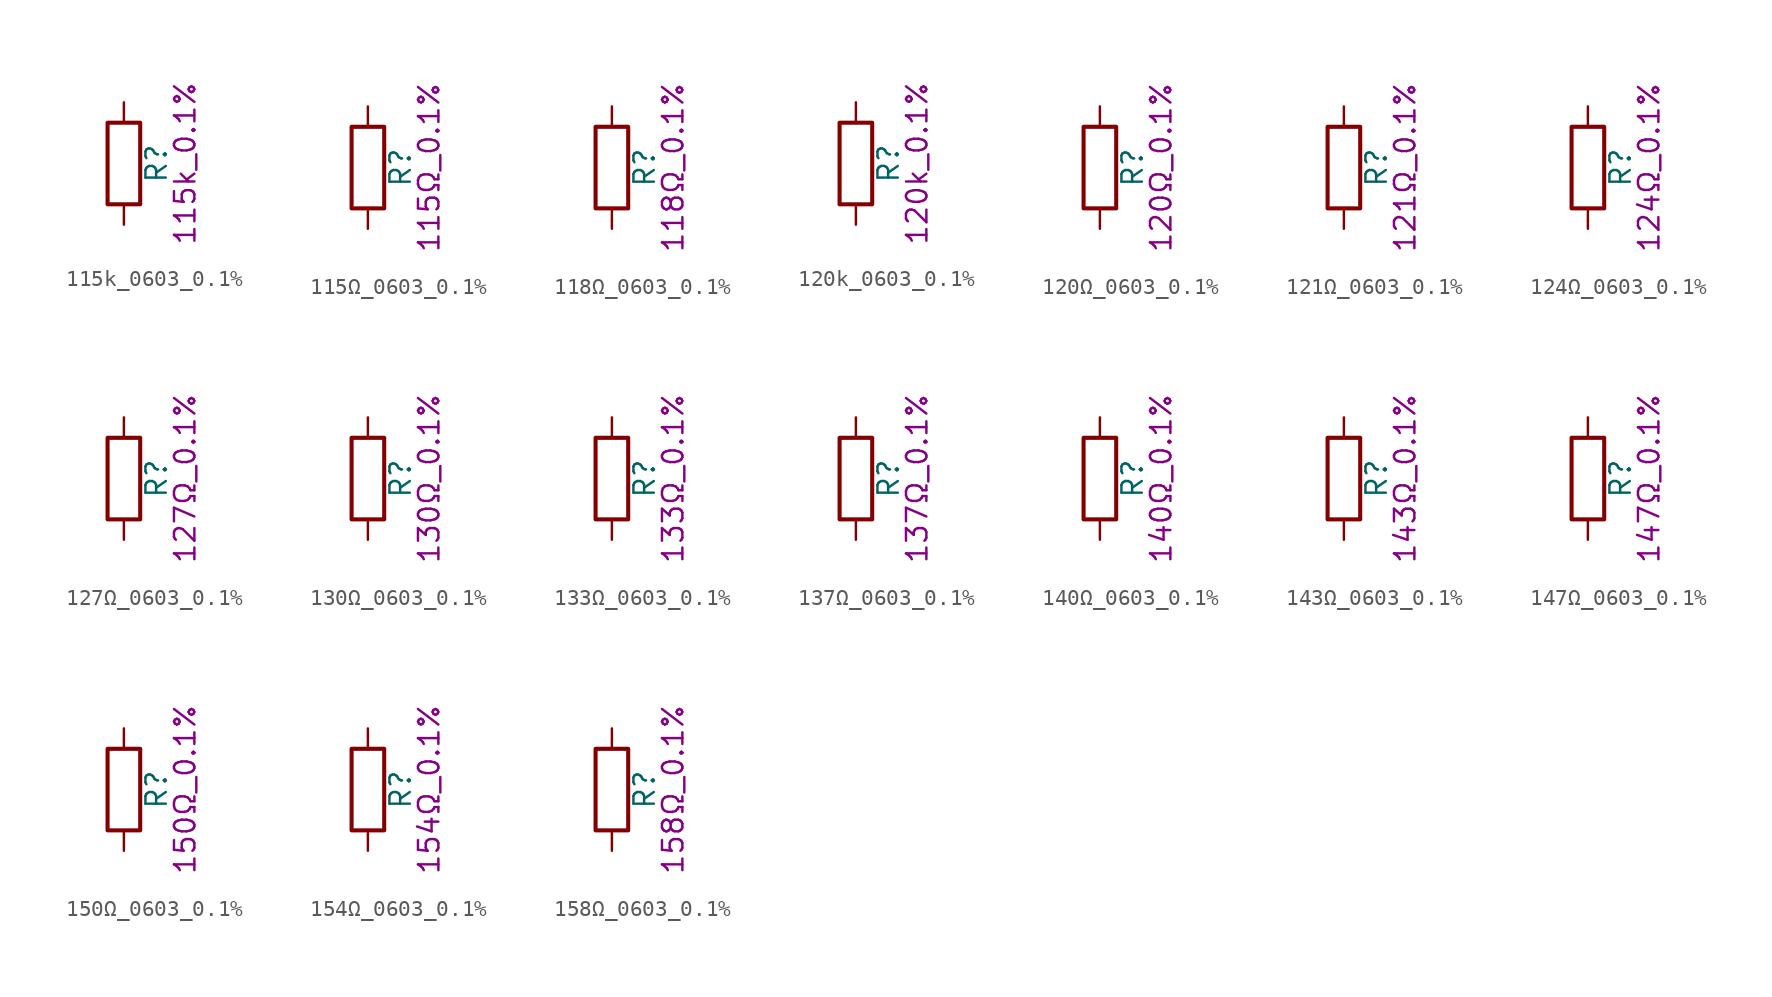
<source format=kicad_sym>
(kicad_symbol_lib
  (version 20211014)
  (generator kicad_symbol_editor)
  (symbol "115k_0603_0.1%"
    (pin_numbers hide)
    (pin_names
      (offset 0))
    (property "Reference" "R"
      (at 2.032 0 90)
      (effects (font (size 1.27 1.27))))
    (property "Display" "115k_0.1%"
      (at 3.81 0 90)
      (effects (font (size 1.27 1.27))))
    (symbol "115k_0603_0.1%_0_1"
      (rectangle (start -1.016 -2.54) (end 1.016 2.54) (stroke (width 0.254) (type default) (color 0 0 0 0)) (fill (type none))))
    (symbol "115k_0603_0.1%_1_1"
      (pin passive line (at 0 3.81 270) (length 1.27) (name "~" (effects (font (size 1.27 1.27)))) (number "1" (effects (font (size 1.27 1.27)))))
      (pin passive line (at 0 -3.81 90) (length 1.27) (name "~" (effects (font (size 1.27 1.27)))) (number "2" (effects (font (size 1.27 1.27)))))))
  (symbol "115Ω_0603_0.1%"
    (pin_numbers hide)
    (pin_names
      (offset 0))
    (property "Reference" "R"
      (at 2.032 0 90)
      (effects (font (size 1.27 1.27))))
    (property "Display" "115Ω_0.1%"
      (at 3.81 0 90)
      (effects (font (size 1.27 1.27))))
    (symbol "115Ω_0603_0.1%_0_1"
      (rectangle (start -1.016 -2.54) (end 1.016 2.54) (stroke (width 0.254) (type default) (color 0 0 0 0)) (fill (type none))))
    (symbol "115Ω_0603_0.1%_1_1"
      (pin passive line (at 0 3.81 270) (length 1.27) (name "~" (effects (font (size 1.27 1.27)))) (number "1" (effects (font (size 1.27 1.27)))))
      (pin passive line (at 0 -3.81 90) (length 1.27) (name "~" (effects (font (size 1.27 1.27)))) (number "2" (effects (font (size 1.27 1.27)))))))
  (symbol "118Ω_0603_0.1%"
    (pin_numbers hide)
    (pin_names
      (offset 0))
    (property "Reference" "R"
      (at 2.032 0 90)
      (effects (font (size 1.27 1.27))))
    (property "Display" "118Ω_0.1%"
      (at 3.81 0 90)
      (effects (font (size 1.27 1.27))))
    (symbol "118Ω_0603_0.1%_0_1"
      (rectangle (start -1.016 -2.54) (end 1.016 2.54) (stroke (width 0.254) (type default) (color 0 0 0 0)) (fill (type none))))
    (symbol "118Ω_0603_0.1%_1_1"
      (pin passive line (at 0 3.81 270) (length 1.27) (name "~" (effects (font (size 1.27 1.27)))) (number "1" (effects (font (size 1.27 1.27)))))
      (pin passive line (at 0 -3.81 90) (length 1.27) (name "~" (effects (font (size 1.27 1.27)))) (number "2" (effects (font (size 1.27 1.27)))))))
  (symbol "120k_0603_0.1%"
    (pin_numbers hide)
    (pin_names
      (offset 0))
    (property "Reference" "R"
      (at 2.032 0 90)
      (effects (font (size 1.27 1.27))))
    (property "Display" "120k_0.1%"
      (at 3.81 0 90)
      (effects (font (size 1.27 1.27))))
    (symbol "120k_0603_0.1%_0_1"
      (rectangle (start -1.016 -2.54) (end 1.016 2.54) (stroke (width 0.254) (type default) (color 0 0 0 0)) (fill (type none))))
    (symbol "120k_0603_0.1%_1_1"
      (pin passive line (at 0 3.81 270) (length 1.27) (name "~" (effects (font (size 1.27 1.27)))) (number "1" (effects (font (size 1.27 1.27)))))
      (pin passive line (at 0 -3.81 90) (length 1.27) (name "~" (effects (font (size 1.27 1.27)))) (number "2" (effects (font (size 1.27 1.27)))))))
  (symbol "120Ω_0603_0.1%"
    (pin_numbers hide)
    (pin_names
      (offset 0))
    (property "Reference" "R"
      (at 2.032 0 90)
      (effects (font (size 1.27 1.27))))
    (property "Display" "120Ω_0.1%"
      (at 3.81 0 90)
      (effects (font (size 1.27 1.27))))
    (symbol "120Ω_0603_0.1%_0_1"
      (rectangle (start -1.016 -2.54) (end 1.016 2.54) (stroke (width 0.254) (type default) (color 0 0 0 0)) (fill (type none))))
    (symbol "120Ω_0603_0.1%_1_1"
      (pin passive line (at 0 3.81 270) (length 1.27) (name "~" (effects (font (size 1.27 1.27)))) (number "1" (effects (font (size 1.27 1.27)))))
      (pin passive line (at 0 -3.81 90) (length 1.27) (name "~" (effects (font (size 1.27 1.27)))) (number "2" (effects (font (size 1.27 1.27)))))))
  (symbol "121Ω_0603_0.1%"
    (pin_numbers hide)
    (pin_names
      (offset 0))
    (property "Reference" "R"
      (at 2.032 0 90)
      (effects (font (size 1.27 1.27))))
    (property "Display" "121Ω_0.1%"
      (at 3.81 0 90)
      (effects (font (size 1.27 1.27))))
    (symbol "121Ω_0603_0.1%_0_1"
      (rectangle (start -1.016 -2.54) (end 1.016 2.54) (stroke (width 0.254) (type default) (color 0 0 0 0)) (fill (type none))))
    (symbol "121Ω_0603_0.1%_1_1"
      (pin passive line (at 0 3.81 270) (length 1.27) (name "~" (effects (font (size 1.27 1.27)))) (number "1" (effects (font (size 1.27 1.27)))))
      (pin passive line (at 0 -3.81 90) (length 1.27) (name "~" (effects (font (size 1.27 1.27)))) (number "2" (effects (font (size 1.27 1.27)))))))
  (symbol "124Ω_0603_0.1%"
    (pin_numbers hide)
    (pin_names
      (offset 0))
    (property "Reference" "R"
      (at 2.032 0 90)
      (effects (font (size 1.27 1.27))))
    (property "Display" "124Ω_0.1%"
      (at 3.81 0 90)
      (effects (font (size 1.27 1.27))))
    (symbol "124Ω_0603_0.1%_0_1"
      (rectangle (start -1.016 -2.54) (end 1.016 2.54) (stroke (width 0.254) (type default) (color 0 0 0 0)) (fill (type none))))
    (symbol "124Ω_0603_0.1%_1_1"
      (pin passive line (at 0 3.81 270) (length 1.27) (name "~" (effects (font (size 1.27 1.27)))) (number "1" (effects (font (size 1.27 1.27)))))
      (pin passive line (at 0 -3.81 90) (length 1.27) (name "~" (effects (font (size 1.27 1.27)))) (number "2" (effects (font (size 1.27 1.27)))))))
  (symbol "127Ω_0603_0.1%"
    (pin_numbers hide)
    (pin_names
      (offset 0))
    (property "Reference" "R"
      (at 2.032 0 90)
      (effects (font (size 1.27 1.27))))
    (property "Display" "127Ω_0.1%"
      (at 3.81 0 90)
      (effects (font (size 1.27 1.27))))
    (symbol "127Ω_0603_0.1%_0_1"
      (rectangle (start -1.016 -2.54) (end 1.016 2.54) (stroke (width 0.254) (type default) (color 0 0 0 0)) (fill (type none))))
    (symbol "127Ω_0603_0.1%_1_1"
      (pin passive line (at 0 3.81 270) (length 1.27) (name "~" (effects (font (size 1.27 1.27)))) (number "1" (effects (font (size 1.27 1.27)))))
      (pin passive line (at 0 -3.81 90) (length 1.27) (name "~" (effects (font (size 1.27 1.27)))) (number "2" (effects (font (size 1.27 1.27)))))))
  (symbol "130Ω_0603_0.1%"
    (pin_numbers hide)
    (pin_names
      (offset 0))
    (property "Reference" "R"
      (at 2.032 0 90)
      (effects (font (size 1.27 1.27))))
    (property "Display" "130Ω_0.1%"
      (at 3.81 0 90)
      (effects (font (size 1.27 1.27))))
    (symbol "130Ω_0603_0.1%_0_1"
      (rectangle (start -1.016 -2.54) (end 1.016 2.54) (stroke (width 0.254) (type default) (color 0 0 0 0)) (fill (type none))))
    (symbol "130Ω_0603_0.1%_1_1"
      (pin passive line (at 0 3.81 270) (length 1.27) (name "~" (effects (font (size 1.27 1.27)))) (number "1" (effects (font (size 1.27 1.27)))))
      (pin passive line (at 0 -3.81 90) (length 1.27) (name "~" (effects (font (size 1.27 1.27)))) (number "2" (effects (font (size 1.27 1.27)))))))
  (symbol "133Ω_0603_0.1%"
    (pin_numbers hide)
    (pin_names
      (offset 0))
    (property "Reference" "R"
      (at 2.032 0 90)
      (effects (font (size 1.27 1.27))))
    (property "Display" "133Ω_0.1%"
      (at 3.81 0 90)
      (effects (font (size 1.27 1.27))))
    (symbol "133Ω_0603_0.1%_0_1"
      (rectangle (start -1.016 -2.54) (end 1.016 2.54) (stroke (width 0.254) (type default) (color 0 0 0 0)) (fill (type none))))
    (symbol "133Ω_0603_0.1%_1_1"
      (pin passive line (at 0 3.81 270) (length 1.27) (name "~" (effects (font (size 1.27 1.27)))) (number "1" (effects (font (size 1.27 1.27)))))
      (pin passive line (at 0 -3.81 90) (length 1.27) (name "~" (effects (font (size 1.27 1.27)))) (number "2" (effects (font (size 1.27 1.27)))))))
  (symbol "137Ω_0603_0.1%"
    (pin_numbers hide)
    (pin_names
      (offset 0))
    (property "Reference" "R"
      (at 2.032 0 90)
      (effects (font (size 1.27 1.27))))
    (property "Display" "137Ω_0.1%"
      (at 3.81 0 90)
      (effects (font (size 1.27 1.27))))
    (symbol "137Ω_0603_0.1%_0_1"
      (rectangle (start -1.016 -2.54) (end 1.016 2.54) (stroke (width 0.254) (type default) (color 0 0 0 0)) (fill (type none))))
    (symbol "137Ω_0603_0.1%_1_1"
      (pin passive line (at 0 3.81 270) (length 1.27) (name "~" (effects (font (size 1.27 1.27)))) (number "1" (effects (font (size 1.27 1.27)))))
      (pin passive line (at 0 -3.81 90) (length 1.27) (name "~" (effects (font (size 1.27 1.27)))) (number "2" (effects (font (size 1.27 1.27)))))))
  (symbol "140Ω_0603_0.1%"
    (pin_numbers hide)
    (pin_names
      (offset 0))
    (property "Reference" "R"
      (at 2.032 0 90)
      (effects (font (size 1.27 1.27))))
    (property "Display" "140Ω_0.1%"
      (at 3.81 0 90)
      (effects (font (size 1.27 1.27))))
    (symbol "140Ω_0603_0.1%_0_1"
      (rectangle (start -1.016 -2.54) (end 1.016 2.54) (stroke (width 0.254) (type default) (color 0 0 0 0)) (fill (type none))))
    (symbol "140Ω_0603_0.1%_1_1"
      (pin passive line (at 0 3.81 270) (length 1.27) (name "~" (effects (font (size 1.27 1.27)))) (number "1" (effects (font (size 1.27 1.27)))))
      (pin passive line (at 0 -3.81 90) (length 1.27) (name "~" (effects (font (size 1.27 1.27)))) (number "2" (effects (font (size 1.27 1.27)))))))
  (symbol "143Ω_0603_0.1%"
    (pin_numbers hide)
    (pin_names
      (offset 0))
    (property "Reference" "R"
      (at 2.032 0 90)
      (effects (font (size 1.27 1.27))))
    (property "Display" "143Ω_0.1%"
      (at 3.81 0 90)
      (effects (font (size 1.27 1.27))))
    (symbol "143Ω_0603_0.1%_0_1"
      (rectangle (start -1.016 -2.54) (end 1.016 2.54) (stroke (width 0.254) (type default) (color 0 0 0 0)) (fill (type none))))
    (symbol "143Ω_0603_0.1%_1_1"
      (pin passive line (at 0 3.81 270) (length 1.27) (name "~" (effects (font (size 1.27 1.27)))) (number "1" (effects (font (size 1.27 1.27)))))
      (pin passive line (at 0 -3.81 90) (length 1.27) (name "~" (effects (font (size 1.27 1.27)))) (number "2" (effects (font (size 1.27 1.27)))))))
  (symbol "147Ω_0603_0.1%"
    (pin_numbers hide)
    (pin_names
      (offset 0))
    (property "Reference" "R"
      (at 2.032 0 90)
      (effects (font (size 1.27 1.27))))
    (property "Display" "147Ω_0.1%"
      (at 3.81 0 90)
      (effects (font (size 1.27 1.27))))
    (symbol "147Ω_0603_0.1%_0_1"
      (rectangle (start -1.016 -2.54) (end 1.016 2.54) (stroke (width 0.254) (type default) (color 0 0 0 0)) (fill (type none))))
    (symbol "147Ω_0603_0.1%_1_1"
      (pin passive line (at 0 3.81 270) (length 1.27) (name "~" (effects (font (size 1.27 1.27)))) (number "1" (effects (font (size 1.27 1.27)))))
      (pin passive line (at 0 -3.81 90) (length 1.27) (name "~" (effects (font (size 1.27 1.27)))) (number "2" (effects (font (size 1.27 1.27)))))))
  (symbol "150Ω_0603_0.1%"
    (pin_numbers hide)
    (pin_names
      (offset 0))
    (property "Reference" "R"
      (at 2.032 0 90)
      (effects (font (size 1.27 1.27))))
    (property "Display" "150Ω_0.1%"
      (at 3.81 0 90)
      (effects (font (size 1.27 1.27))))
    (symbol "150Ω_0603_0.1%_0_1"
      (rectangle (start -1.016 -2.54) (end 1.016 2.54) (stroke (width 0.254) (type default) (color 0 0 0 0)) (fill (type none))))
    (symbol "150Ω_0603_0.1%_1_1"
      (pin passive line (at 0 3.81 270) (length 1.27) (name "~" (effects (font (size 1.27 1.27)))) (number "1" (effects (font (size 1.27 1.27)))))
      (pin passive line (at 0 -3.81 90) (length 1.27) (name "~" (effects (font (size 1.27 1.27)))) (number "2" (effects (font (size 1.27 1.27)))))))
  (symbol "154Ω_0603_0.1%"
    (pin_numbers hide)
    (pin_names
      (offset 0))
    (property "Reference" "R"
      (at 2.032 0 90)
      (effects (font (size 1.27 1.27))))
    (property "Display" "154Ω_0.1%"
      (at 3.81 0 90)
      (effects (font (size 1.27 1.27))))
    (symbol "154Ω_0603_0.1%_0_1"
      (rectangle (start -1.016 -2.54) (end 1.016 2.54) (stroke (width 0.254) (type default) (color 0 0 0 0)) (fill (type none))))
    (symbol "154Ω_0603_0.1%_1_1"
      (pin passive line (at 0 3.81 270) (length 1.27) (name "~" (effects (font (size 1.27 1.27)))) (number "1" (effects (font (size 1.27 1.27)))))
      (pin passive line (at 0 -3.81 90) (length 1.27) (name "~" (effects (font (size 1.27 1.27)))) (number "2" (effects (font (size 1.27 1.27)))))))
  (symbol "158Ω_0603_0.1%"
    (pin_numbers hide)
    (pin_names
      (offset 0))
    (property "Reference" "R"
      (at 2.032 0 90)
      (effects (font (size 1.27 1.27))))
    (property "Display" "158Ω_0.1%"
      (at 3.81 0 90)
      (effects (font (size 1.27 1.27))))
    (symbol "158Ω_0603_0.1%_0_1"
      (rectangle (start -1.016 -2.54) (end 1.016 2.54) (stroke (width 0.254) (type default) (color 0 0 0 0)) (fill (type none))))
    (symbol "158Ω_0603_0.1%_1_1"
      (pin passive line (at 0 3.81 270) (length 1.27) (name "~" (effects (font (size 1.27 1.27)))) (number "1" (effects (font (size 1.27 1.27)))))
      (pin passive line (at 0 -3.81 90) (length 1.27) (name "~" (effects (font (size 1.27 1.27)))) (number "2" (effects (font (size 1.27 1.27))))))))
</source>
